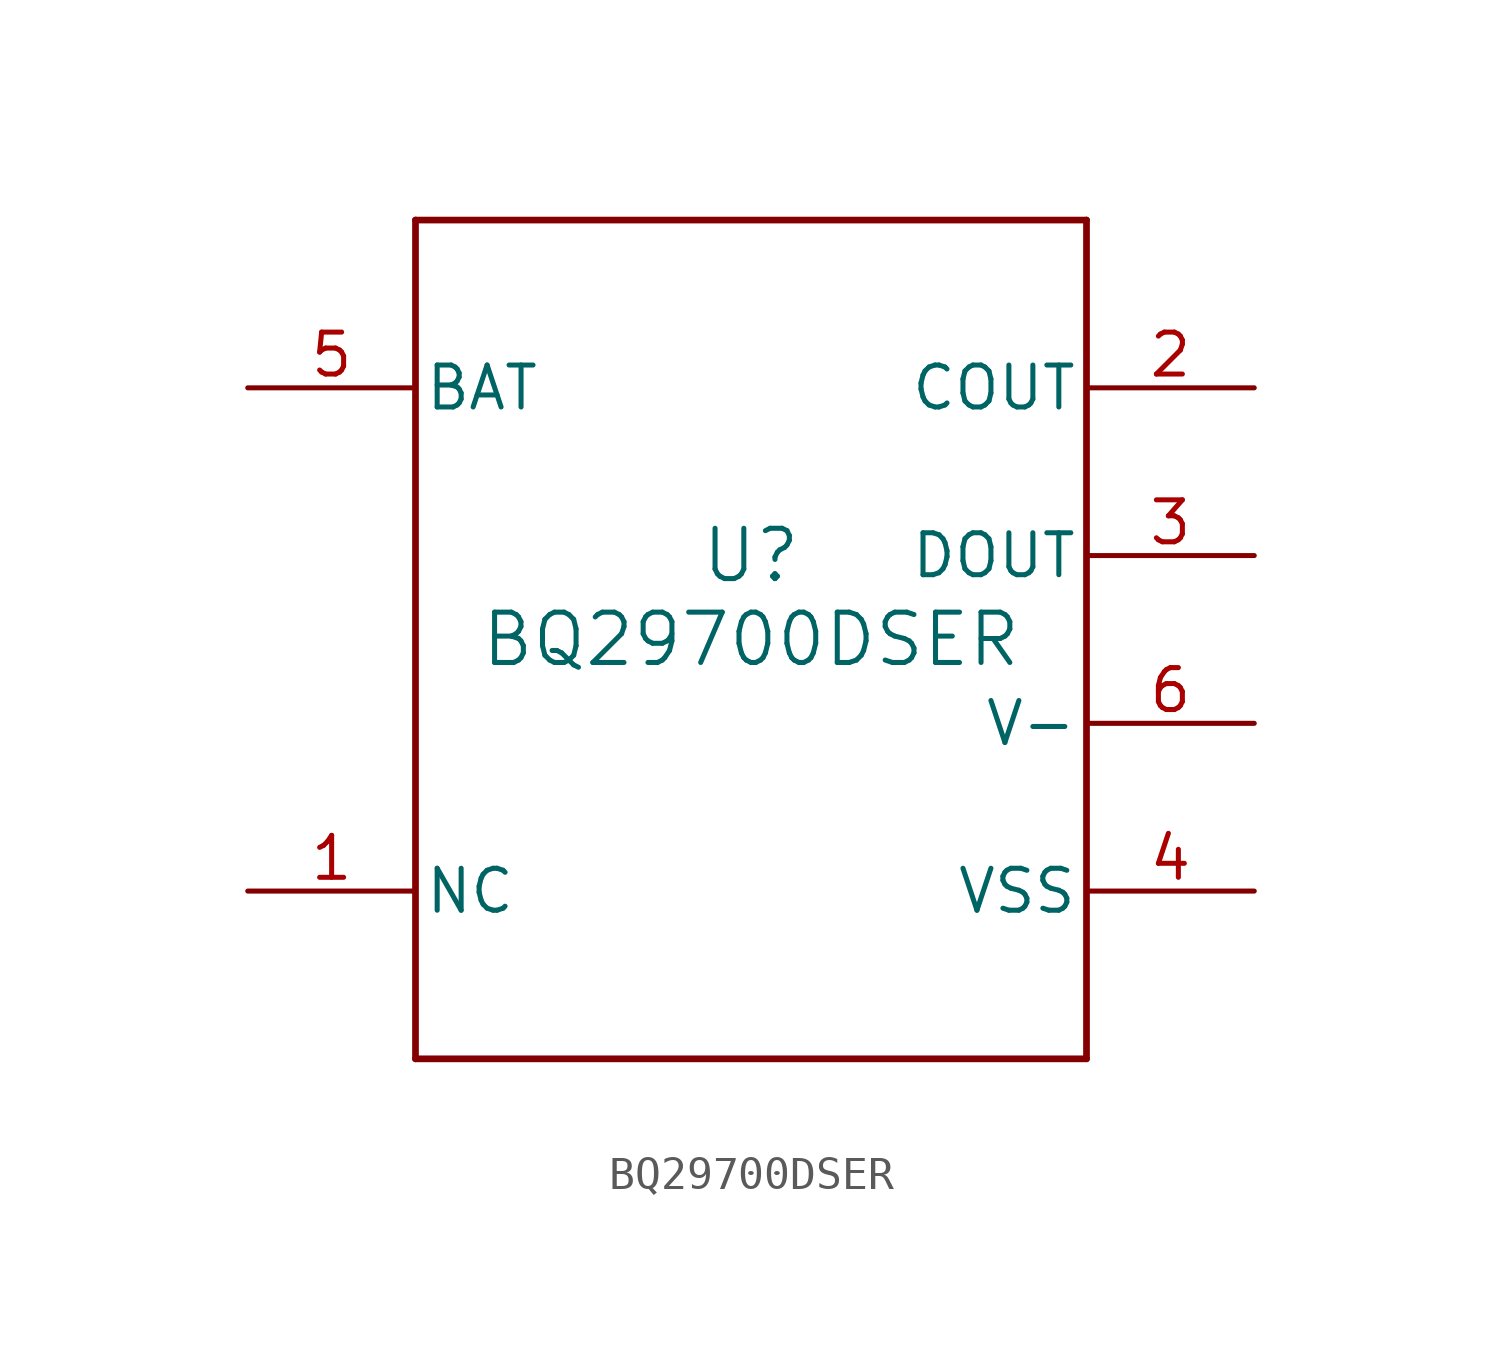
<source format=kicad_sym>
(kicad_symbol_lib
  (version 20211014)
  (generator kicad_symbol_editor)
  (symbol "BQ29700DSER"
    (pin_names
      (offset 0.254))
    (property "Reference" "U"
      (at 0 2.54 0)
      (effects (font (size 1.524 1.524))))
    (property "Value" "BQ29700DSER"
      (at 0 0 0)
      (effects (font (size 1.524 1.524))))
    (symbol "BQ29700DSER_0_1"
      (polyline (pts (xy -10.16 -12.7) (xy 10.16 -12.7)) (stroke (width 0.203) (type default) (color 0 0 0 0)) (fill (type none)))
      (polyline (pts (xy 10.16 -12.7) (xy 10.16 12.7)) (stroke (width 0.203) (type default) (color 0 0 0 0)) (fill (type none)))
      (polyline (pts (xy 10.16 12.7) (xy -10.16 12.7)) (stroke (width 0.203) (type default) (color 0 0 0 0)) (fill (type none)))
      (polyline (pts (xy -10.16 12.7) (xy -10.16 -12.7)) (stroke (width 0.203) (type default) (color 0 0 0 0)) (fill (type none)))
      (pin unspecified line (at -15.24 -7.62 0) (length 5.08) (name "NC" (effects (font (size 1.27 1.27)))) (number "1" (effects (font (size 1.27 1.27)))))
      (pin output line (at 15.24 7.62 180) (length 5.08) (name "COUT" (effects (font (size 1.27 1.27)))) (number "2" (effects (font (size 1.27 1.27)))))
      (pin output line (at 15.24 2.54 180) (length 5.08) (name "DOUT" (effects (font (size 1.27 1.27)))) (number "3" (effects (font (size 1.27 1.27)))))
      (pin power_in line (at 15.24 -7.62 180) (length 5.08) (name "VSS" (effects (font (size 1.27 1.27)))) (number "4" (effects (font (size 1.27 1.27)))))
      (pin power_in line (at -15.24 7.62 0) (length 5.08) (name "BAT" (effects (font (size 1.27 1.27)))) (number "5" (effects (font (size 1.27 1.27)))))
      (pin bidirectional line (at 15.24 -2.54 180) (length 5.08) (name "V-" (effects (font (size 1.27 1.27)))) (number "6" (effects (font (size 1.27 1.27))))))))
</source>
